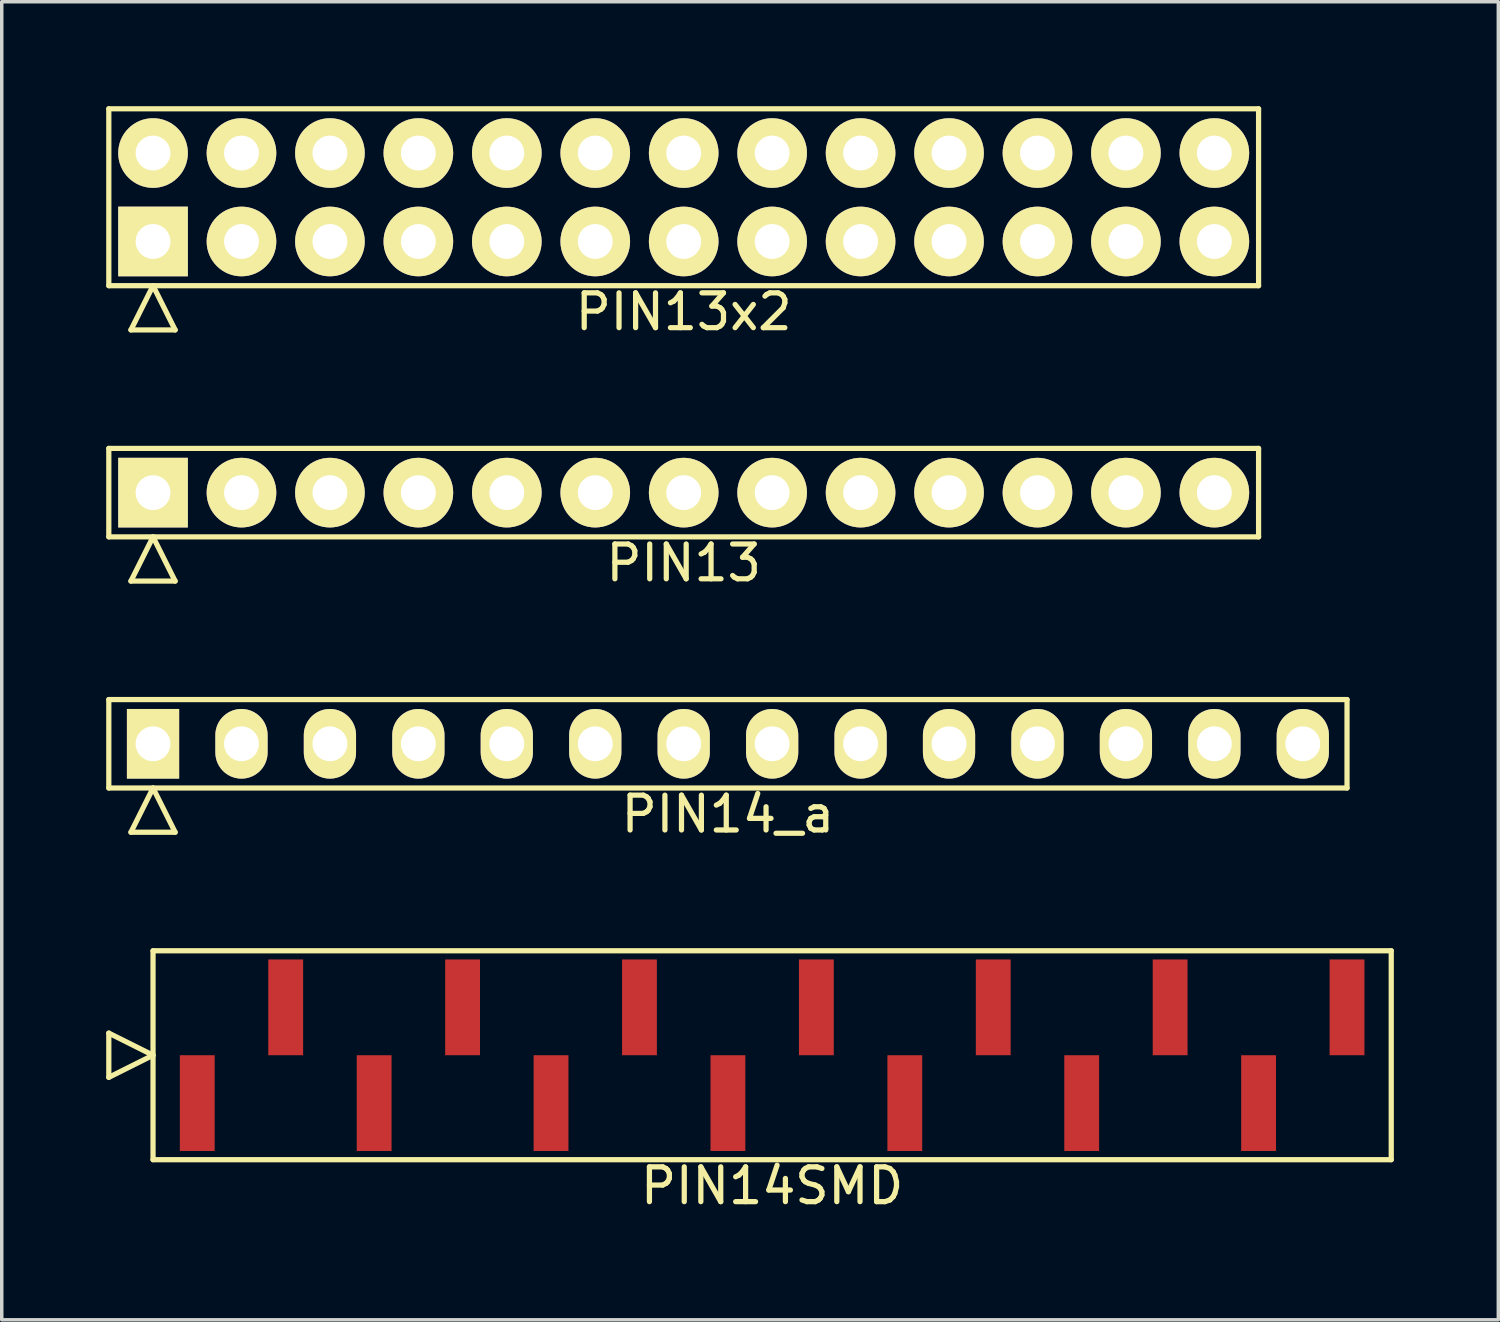
<source format=kicad_pcb>
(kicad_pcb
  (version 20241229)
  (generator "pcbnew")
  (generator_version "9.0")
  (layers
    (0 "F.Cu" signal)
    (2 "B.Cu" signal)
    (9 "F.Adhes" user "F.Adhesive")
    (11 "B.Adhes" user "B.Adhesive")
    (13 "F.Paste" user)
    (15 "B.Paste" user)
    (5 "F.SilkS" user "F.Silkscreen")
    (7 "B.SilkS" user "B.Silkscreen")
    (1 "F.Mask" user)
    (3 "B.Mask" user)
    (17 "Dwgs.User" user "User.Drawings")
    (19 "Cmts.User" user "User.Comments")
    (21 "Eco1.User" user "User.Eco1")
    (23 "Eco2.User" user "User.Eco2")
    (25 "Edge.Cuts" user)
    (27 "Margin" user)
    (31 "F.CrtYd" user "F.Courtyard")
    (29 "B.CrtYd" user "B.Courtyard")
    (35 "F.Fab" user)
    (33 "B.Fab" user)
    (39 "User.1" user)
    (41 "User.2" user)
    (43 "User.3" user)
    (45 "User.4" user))
  (footprint "PIN13x2"
    (layer "F.Cu")
    (at 16.585 2.615)
    (property "Reference" "PIN13x2" (at 0 3.29 0) (layer "F.SilkS") (effects (font (size 1 1) (thickness 0.15))))
    (attr through_hole)
    (fp_line (start -16.51 -2.54) (end -16.51 2.54) (stroke (width 0.15) (type solid)) (layer "F.SilkS"))
    (fp_line (start -16.51 2.54) (end 16.51 2.54) (stroke (width 0.15) (type solid)) (layer "F.SilkS"))
    (fp_line (start -15.875 3.81) (end -15.24 2.54) (stroke (width 0.15) (type solid)) (layer "F.SilkS"))
    (fp_line (start -15.875 3.81) (end -14.605 3.81) (stroke (width 0.15) (type solid)) (layer "F.SilkS"))
    (fp_line (start -14.605 3.81) (end -15.24 2.54) (stroke (width 0.15) (type solid)) (layer "F.SilkS"))
    (fp_line (start 16.51 -2.54) (end -16.51 -2.54) (stroke (width 0.15) (type solid)) (layer "F.SilkS"))
    (fp_line (start 16.51 2.54) (end 16.51 -2.54) (stroke (width 0.15) (type solid)) (layer "F.SilkS"))
    (pad "1" thru_hole rect (at -15.24 1.27) (size 2 2) (drill 1) (layers "*.Cu" "*.Mask" "F.SilkS"))
    (pad "2" thru_hole oval (at -15.24 -1.27) (size 2 2) (drill 1) (layers "*.Cu" "*.Mask" "F.SilkS"))
    (pad "3" thru_hole oval (at -12.7 1.27) (size 2 2) (drill 1) (layers "*.Cu" "*.Mask" "F.SilkS"))
    (pad "4" thru_hole oval (at -12.7 -1.27) (size 2 2) (drill 1) (layers "*.Cu" "*.Mask" "F.SilkS"))
    (pad "5" thru_hole oval (at -10.16 1.27) (size 2 2) (drill 1) (layers "*.Cu" "*.Mask" "F.SilkS"))
    (pad "6" thru_hole oval (at -10.16 -1.27) (size 2 2) (drill 1) (layers "*.Cu" "*.Mask" "F.SilkS"))
    (pad "7" thru_hole oval (at -7.62 1.27) (size 2 2) (drill 1) (layers "*.Cu" "*.Mask" "F.SilkS"))
    (pad "8" thru_hole oval (at -7.62 -1.27) (size 2 2) (drill 1) (layers "*.Cu" "*.Mask" "F.SilkS"))
    (pad "9" thru_hole oval (at -5.08 1.27) (size 2 2) (drill 1) (layers "*.Cu" "*.Mask" "F.SilkS"))
    (pad "10" thru_hole oval (at -5.08 -1.27) (size 2 2) (drill 1) (layers "*.Cu" "*.Mask" "F.SilkS"))
    (pad "11" thru_hole oval (at -2.54 1.27) (size 2 2) (drill 1) (layers "*.Cu" "*.Mask" "F.SilkS"))
    (pad "12" thru_hole oval (at -2.54 -1.27) (size 2 2) (drill 1) (layers "*.Cu" "*.Mask" "F.SilkS"))
    (pad "13" thru_hole oval (at 0 1.27) (size 2 2) (drill 1) (layers "*.Cu" "*.Mask" "F.SilkS"))
    (pad "14" thru_hole oval (at 0 -1.27) (size 2 2) (drill 1) (layers "*.Cu" "*.Mask" "F.SilkS"))
    (pad "15" thru_hole oval (at 2.54 1.27) (size 2 2) (drill 1) (layers "*.Cu" "*.Mask" "F.SilkS"))
    (pad "16" thru_hole oval (at 2.54 -1.27) (size 2 2) (drill 1) (layers "*.Cu" "*.Mask" "F.SilkS"))
    (pad "17" thru_hole oval (at 5.08 1.27) (size 2 2) (drill 1) (layers "*.Cu" "*.Mask" "F.SilkS"))
    (pad "18" thru_hole oval (at 5.08 -1.27) (size 2 2) (drill 1) (layers "*.Cu" "*.Mask" "F.SilkS"))
    (pad "19" thru_hole oval (at 7.62 1.27) (size 2 2) (drill 1) (layers "*.Cu" "*.Mask" "F.SilkS"))
    (pad "20" thru_hole oval (at 7.62 -1.27) (size 2 2) (drill 1) (layers "*.Cu" "*.Mask" "F.SilkS"))
    (pad "21" thru_hole oval (at 10.16 1.27) (size 2 2) (drill 1) (layers "*.Cu" "*.Mask" "F.SilkS"))
    (pad "22" thru_hole oval (at 10.16 -1.27) (size 2 2) (drill 1) (layers "*.Cu" "*.Mask" "F.SilkS"))
    (pad "23" thru_hole oval (at 12.7 1.27) (size 2 2) (drill 1) (layers "*.Cu" "*.Mask" "F.SilkS"))
    (pad "24" thru_hole oval (at 12.7 -1.27) (size 2 2) (drill 1) (layers "*.Cu" "*.Mask" "F.SilkS"))
    (pad "25" thru_hole oval (at 15.24 1.27) (size 2 2) (drill 1) (layers "*.Cu" "*.Mask" "F.SilkS"))
    (pad "26" thru_hole oval (at 15.24 -1.27) (size 2 2) (drill 1) (layers "*.Cu" "*.Mask" "F.SilkS")))
  (footprint "PIN14SMD"
    (layer "F.Cu")
    (at 19.125 27.255)
    (property "Reference" "PIN14SMD" (at 0 3.75 0) (layer "F.SilkS") (effects (font (size 1 1) (thickness 0.15))))
    (attr through_hole)
    (fp_line (start -19.05 0.635) (end -19.05 -0.635) (stroke (width 0.15) (type solid)) (layer "F.SilkS"))
    (fp_line (start -17.78 -3) (end -17.78 3) (stroke (width 0.15) (type solid)) (layer "F.SilkS"))
    (fp_line (start -17.78 0) (end -19.05 -0.635) (stroke (width 0.15) (type solid)) (layer "F.SilkS"))
    (fp_line (start -17.78 0) (end -19.05 0.635) (stroke (width 0.15) (type solid)) (layer "F.SilkS"))
    (fp_line (start -17.78 3) (end 17.78 3) (stroke (width 0.15) (type solid)) (layer "F.SilkS"))
    (fp_line (start 17.78 -3) (end -17.78 -3) (stroke (width 0.15) (type solid)) (layer "F.SilkS"))
    (fp_line (start 17.78 3) (end 17.78 -3) (stroke (width 0.15) (type solid)) (layer "F.SilkS"))
    (pad "1" smd rect (at -16.51 1.375) (size 1 2.75) (layers "F.Cu" "F.Mask" "F.Paste"))
    (pad "2" smd rect (at -13.97 -1.375) (size 1 2.75) (layers "F.Cu" "F.Mask" "F.Paste"))
    (pad "3" smd rect (at -11.43 1.375) (size 1 2.75) (layers "F.Cu" "F.Mask" "F.Paste"))
    (pad "4" smd rect (at -8.89 -1.375) (size 1 2.75) (layers "F.Cu" "F.Mask" "F.Paste"))
    (pad "5" smd rect (at -6.35 1.375) (size 1 2.75) (layers "F.Cu" "F.Mask" "F.Paste"))
    (pad "6" smd rect (at -3.81 -1.375) (size 1 2.75) (layers "F.Cu" "F.Mask" "F.Paste"))
    (pad "7" smd rect (at -1.27 1.375) (size 1 2.75) (layers "F.Cu" "F.Mask" "F.Paste"))
    (pad "8" smd rect (at 1.27 -1.375) (size 1 2.75) (layers "F.Cu" "F.Mask" "F.Paste"))
    (pad "9" smd rect (at 3.81 1.375) (size 1 2.75) (layers "F.Cu" "F.Mask" "F.Paste"))
    (pad "10" smd rect (at 6.35 -1.375) (size 1 2.75) (layers "F.Cu" "F.Mask" "F.Paste"))
    (pad "11" smd rect (at 8.89 1.375) (size 1 2.75) (layers "F.Cu" "F.Mask" "F.Paste"))
    (pad "12" smd rect (at 11.43 -1.375) (size 1 2.75) (layers "F.Cu" "F.Mask" "F.Paste"))
    (pad "13" smd rect (at 13.97 1.375) (size 1 2.75) (layers "F.Cu" "F.Mask" "F.Paste"))
    (pad "14" smd rect (at 16.51 -1.375) (size 1 2.75) (layers "F.Cu" "F.Mask" "F.Paste")))
  (footprint "PIN13"
    (layer "F.Cu")
    (at 16.585 11.098)
    (property "Reference" "PIN13" (at 0 2.02 0) (layer "F.SilkS") (effects (font (size 1 1) (thickness 0.15))))
    (attr through_hole)
    (fp_line (start -16.51 -1.27) (end -16.51 1.27) (stroke (width 0.15) (type solid)) (layer "F.SilkS"))
    (fp_line (start -16.51 1.27) (end 16.51 1.27) (stroke (width 0.15) (type solid)) (layer "F.SilkS"))
    (fp_line (start -15.875 2.54) (end -15.24 1.27) (stroke (width 0.15) (type solid)) (layer "F.SilkS"))
    (fp_line (start -15.875 2.54) (end -14.605 2.54) (stroke (width 0.15) (type solid)) (layer "F.SilkS"))
    (fp_line (start -14.605 2.54) (end -15.24 1.27) (stroke (width 0.15) (type solid)) (layer "F.SilkS"))
    (fp_line (start 16.51 -1.27) (end -16.51 -1.27) (stroke (width 0.15) (type solid)) (layer "F.SilkS"))
    (fp_line (start 16.51 1.27) (end 16.51 -1.27) (stroke (width 0.15) (type solid)) (layer "F.SilkS"))
    (pad "1" thru_hole rect (at -15.24 0) (size 2 2) (drill 1) (layers "*.Cu" "*.Mask" "F.SilkS"))
    (pad "2" thru_hole oval (at -12.7 0) (size 2 2) (drill 1) (layers "*.Cu" "*.Mask" "F.SilkS"))
    (pad "3" thru_hole oval (at -10.16 0) (size 2 2) (drill 1) (layers "*.Cu" "*.Mask" "F.SilkS"))
    (pad "4" thru_hole oval (at -7.62 0) (size 2 2) (drill 1) (layers "*.Cu" "*.Mask" "F.SilkS"))
    (pad "5" thru_hole oval (at -5.08 0) (size 2 2) (drill 1) (layers "*.Cu" "*.Mask" "F.SilkS"))
    (pad "6" thru_hole oval (at -2.54 0) (size 2 2) (drill 1) (layers "*.Cu" "*.Mask" "F.SilkS"))
    (pad "7" thru_hole oval (at 0 0) (size 2 2) (drill 1) (layers "*.Cu" "*.Mask" "F.SilkS"))
    (pad "8" thru_hole oval (at 2.54 0) (size 2 2) (drill 1) (layers "*.Cu" "*.Mask" "F.SilkS"))
    (pad "9" thru_hole oval (at 5.08 0) (size 2 2) (drill 1) (layers "*.Cu" "*.Mask" "F.SilkS"))
    (pad "10" thru_hole oval (at 7.62 0) (size 2 2) (drill 1) (layers "*.Cu" "*.Mask" "F.SilkS"))
    (pad "11" thru_hole oval (at 10.16 0) (size 2 2) (drill 1) (layers "*.Cu" "*.Mask" "F.SilkS"))
    (pad "12" thru_hole oval (at 12.7 0) (size 2 2) (drill 1) (layers "*.Cu" "*.Mask" "F.SilkS"))
    (pad "13" thru_hole oval (at 15.24 0) (size 2 2) (drill 1) (layers "*.Cu" "*.Mask" "F.SilkS")))
  (footprint "PIN14_a"
    (layer "F.Cu")
    (at 17.855 18.311)
    (property "Reference" "PIN14_a" (at 0 2.02 0) (layer "F.SilkS") (effects (font (size 1 1) (thickness 0.15))))
    (attr through_hole)
    (fp_line (start -17.78 -1.27) (end -17.78 1.27) (stroke (width 0.15) (type solid)) (layer "F.SilkS"))
    (fp_line (start -17.78 1.27) (end 17.78 1.27) (stroke (width 0.15) (type solid)) (layer "F.SilkS"))
    (fp_line (start -17.145 2.54) (end -16.51 1.27) (stroke (width 0.15) (type solid)) (layer "F.SilkS"))
    (fp_line (start -17.145 2.54) (end -15.875 2.54) (stroke (width 0.15) (type solid)) (layer "F.SilkS"))
    (fp_line (start -15.875 2.54) (end -16.51 1.27) (stroke (width 0.15) (type solid)) (layer "F.SilkS"))
    (fp_line (start 17.78 -1.27) (end -17.78 -1.27) (stroke (width 0.15) (type solid)) (layer "F.SilkS"))
    (fp_line (start 17.78 1.27) (end 17.78 -1.27) (stroke (width 0.15) (type solid)) (layer "F.SilkS"))
    (pad "1" thru_hole rect (at -16.51 0) (size 1.5 2) (drill 1) (layers "*.Cu" "*.Mask" "F.SilkS"))
    (pad "2" thru_hole oval (at -13.97 0) (size 1.5 2) (drill 1) (layers "*.Cu" "*.Mask" "F.SilkS"))
    (pad "3" thru_hole oval (at -11.43 0) (size 1.5 2) (drill 1) (layers "*.Cu" "*.Mask" "F.SilkS"))
    (pad "4" thru_hole oval (at -8.89 0) (size 1.5 2) (drill 1) (layers "*.Cu" "*.Mask" "F.SilkS"))
    (pad "5" thru_hole oval (at -6.35 0) (size 1.5 2) (drill 1) (layers "*.Cu" "*.Mask" "F.SilkS"))
    (pad "6" thru_hole oval (at -3.81 0) (size 1.5 2) (drill 1) (layers "*.Cu" "*.Mask" "F.SilkS"))
    (pad "7" thru_hole oval (at -1.27 0) (size 1.5 2) (drill 1) (layers "*.Cu" "*.Mask" "F.SilkS"))
    (pad "8" thru_hole oval (at 1.27 0) (size 1.5 2) (drill 1) (layers "*.Cu" "*.Mask" "F.SilkS"))
    (pad "9" thru_hole oval (at 3.81 0) (size 1.5 2) (drill 1) (layers "*.Cu" "*.Mask" "F.SilkS"))
    (pad "10" thru_hole oval (at 6.35 0) (size 1.5 2) (drill 1) (layers "*.Cu" "*.Mask" "F.SilkS"))
    (pad "11" thru_hole oval (at 8.89 0) (size 1.5 2) (drill 1) (layers "*.Cu" "*.Mask" "F.SilkS"))
    (pad "12" thru_hole oval (at 11.43 0) (size 1.5 2) (drill 1) (layers "*.Cu" "*.Mask" "F.SilkS"))
    (pad "13" thru_hole oval (at 13.97 0) (size 1.5 2) (drill 1) (layers "*.Cu" "*.Mask" "F.SilkS"))
    (pad "14" thru_hole oval (at 16.51 0) (size 1.5 2) (drill 1) (layers "*.Cu" "*.Mask" "F.SilkS")))
  (gr_rect
    (start -3 -3)
    (end 39.98 34.853)
    (stroke (width 0.1) (type default))
    (fill no)
    (layer "Edge.Cuts")))
</source>
